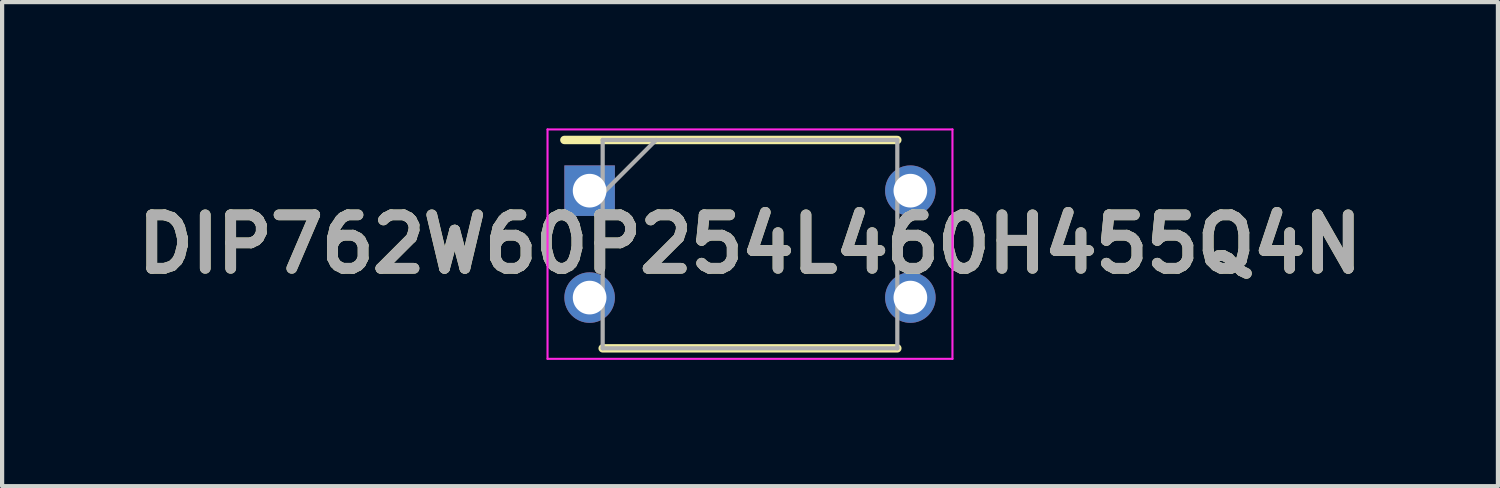
<source format=kicad_pcb>
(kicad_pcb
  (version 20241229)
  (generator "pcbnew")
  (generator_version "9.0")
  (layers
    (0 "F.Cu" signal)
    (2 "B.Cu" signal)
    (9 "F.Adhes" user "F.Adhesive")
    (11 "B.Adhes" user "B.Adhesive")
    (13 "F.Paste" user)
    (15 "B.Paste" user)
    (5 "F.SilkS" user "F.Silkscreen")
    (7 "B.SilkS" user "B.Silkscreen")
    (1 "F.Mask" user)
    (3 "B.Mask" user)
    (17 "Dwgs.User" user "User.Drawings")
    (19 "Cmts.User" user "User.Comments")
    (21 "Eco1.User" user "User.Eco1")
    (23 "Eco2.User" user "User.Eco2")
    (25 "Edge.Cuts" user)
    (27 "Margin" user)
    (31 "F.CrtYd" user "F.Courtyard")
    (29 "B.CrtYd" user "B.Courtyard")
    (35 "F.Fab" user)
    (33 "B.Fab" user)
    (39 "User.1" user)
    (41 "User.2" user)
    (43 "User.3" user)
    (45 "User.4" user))
  (footprint "DIP762W60P254L460H455Q4N"
    (layer "F.Cu")
    (at 14.768 2.75)
    (property "Reference" "DIP762W60P254L460H455Q4N" (at 0 0 0) (layer "F.SilkS") (effects (font (size 1.27 1.27) (thickness 0.254))))
    (attr through_hole)
    (fp_line (start -4.41 -2.475) (end 3.5 -2.475) (stroke (width 0.2) (type solid)) (layer "F.SilkS"))
    (fp_line (start -3.5 2.475) (end 3.5 2.475) (stroke (width 0.2) (type solid)) (layer "F.SilkS"))
    (fp_line (start -4.81 -2.725) (end 4.81 -2.725) (stroke (width 0.05) (type solid)) (layer "F.CrtYd"))
    (fp_line (start -4.81 2.725) (end -4.81 -2.725) (stroke (width 0.05) (type solid)) (layer "F.CrtYd"))
    (fp_line (start 4.81 -2.725) (end 4.81 2.725) (stroke (width 0.05) (type solid)) (layer "F.CrtYd"))
    (fp_line (start 4.81 2.725) (end -4.81 2.725) (stroke (width 0.05) (type solid)) (layer "F.CrtYd"))
    (fp_line (start -3.5 -2.475) (end 3.5 -2.475) (stroke (width 0.1) (type solid)) (layer "F.Fab"))
    (fp_line (start -3.5 -1.205) (end -2.23 -2.475) (stroke (width 0.1) (type solid)) (layer "F.Fab"))
    (fp_line (start -3.5 2.475) (end -3.5 -2.475) (stroke (width 0.1) (type solid)) (layer "F.Fab"))
    (fp_line (start 3.5 -2.475) (end 3.5 2.475) (stroke (width 0.1) (type solid)) (layer "F.Fab"))
    (fp_line (start 3.5 2.475) (end -3.5 2.475) (stroke (width 0.1) (type solid)) (layer "F.Fab"))
    (fp_text user "${REFERENCE}" (at 0 0 0) (layer "F.Fab") (effects (font (size 1.27 1.27) (thickness 0.254))))
    (pad "1" thru_hole rect (at -3.81 -1.27) (size 1.2 1.2) (drill 0.8) (layers "*.Cu" "*.Mask"))
    (pad "2" thru_hole circle (at -3.81 1.27) (size 1.2 1.2) (drill 0.8) (layers "*.Cu" "*.Mask"))
    (pad "3" thru_hole circle (at 3.81 1.27) (size 1.2 1.2) (drill 0.8) (layers "*.Cu" "*.Mask"))
    (pad "4" thru_hole circle (at 3.81 -1.27) (size 1.2 1.2) (drill 0.8) (layers "*.Cu" "*.Mask")))
  (gr_rect
    (start -3 -3)
    (end 32.537 8.5)
    (stroke (width 0.1) (type default))
    (fill no)
    (layer "Edge.Cuts")))
</source>
